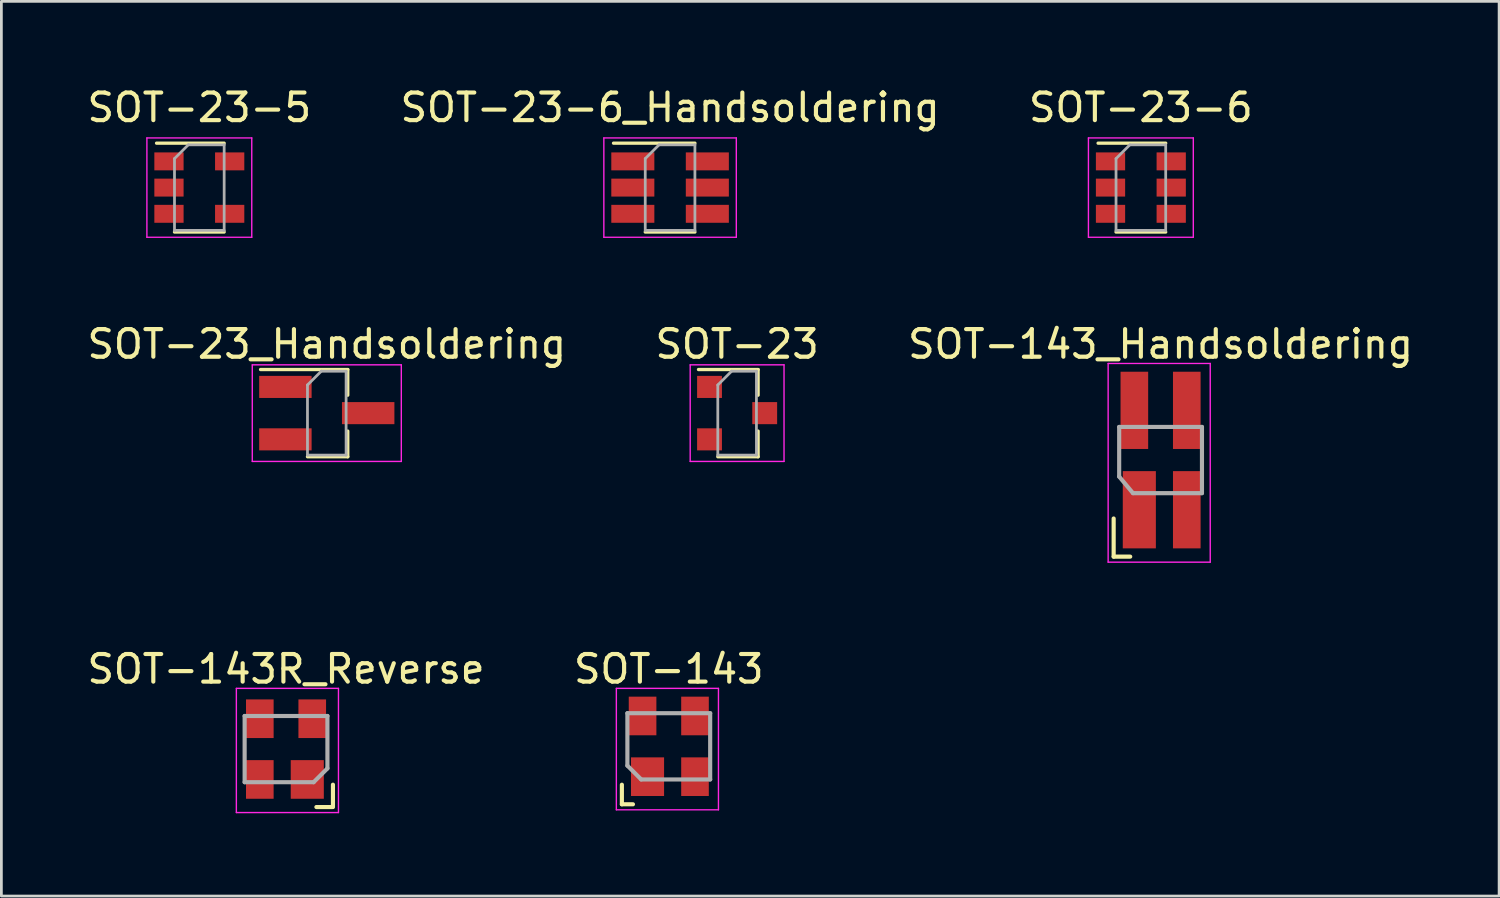
<source format=kicad_pcb>
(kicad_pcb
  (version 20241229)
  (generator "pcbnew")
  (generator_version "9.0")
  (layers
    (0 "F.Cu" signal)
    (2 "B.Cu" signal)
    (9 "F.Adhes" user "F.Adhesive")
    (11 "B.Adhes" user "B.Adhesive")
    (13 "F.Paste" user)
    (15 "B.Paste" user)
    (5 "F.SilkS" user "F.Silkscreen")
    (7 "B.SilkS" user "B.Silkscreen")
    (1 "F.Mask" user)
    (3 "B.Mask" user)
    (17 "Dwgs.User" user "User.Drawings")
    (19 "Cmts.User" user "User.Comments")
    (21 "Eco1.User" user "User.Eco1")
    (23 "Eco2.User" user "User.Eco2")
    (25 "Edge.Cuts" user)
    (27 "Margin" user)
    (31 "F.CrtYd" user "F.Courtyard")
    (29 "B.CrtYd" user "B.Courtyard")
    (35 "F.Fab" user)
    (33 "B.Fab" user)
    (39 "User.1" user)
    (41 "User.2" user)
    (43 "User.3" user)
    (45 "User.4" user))
  (footprint "SOT-143"
    (layer "F.Cu")
    (at 21.185 23.995)
    (property "Reference" "SOT-143" (at 0 -2.8 0) (layer "F.SilkS") (effects (font (size 1 1) (thickness 0.15))))
    (attr smd)
    (fp_line (start -1.7 1.391) (end -1.7 2.1) (stroke (width 0.15) (type solid)) (layer "F.SilkS"))
    (fp_line (start -1.7 2.1) (end -1.299 2.1) (stroke (width 0.15) (type solid)) (layer "F.SilkS"))
    (fp_line (start -1.9 -2.1) (end -1.9 2.3) (stroke (width 0.05) (type solid)) (layer "F.CrtYd"))
    (fp_line (start -1.9 2.3) (end 1.8 2.3) (stroke (width 0.05) (type solid)) (layer "F.CrtYd"))
    (fp_line (start 1.8 -2.1) (end -1.9 -2.1) (stroke (width 0.05) (type solid)) (layer "F.CrtYd"))
    (fp_line (start 1.8 2.3) (end 1.8 -2.1) (stroke (width 0.05) (type solid)) (layer "F.CrtYd"))
    (fp_line (start -1.5 -1.2) (end 1.5 -1.2) (stroke (width 0.15) (type solid)) (layer "F.Fab"))
    (fp_line (start -1.5 0.7) (end -1.5 -1.2) (stroke (width 0.15) (type solid)) (layer "F.Fab"))
    (fp_line (start -1 1.2) (end -1.5 0.7) (stroke (width 0.15) (type solid)) (layer "F.Fab"))
    (fp_line (start 1.5 -1.2) (end 1.5 1.2) (stroke (width 0.15) (type solid)) (layer "F.Fab"))
    (fp_line (start 1.5 1.2) (end -1 1.2) (stroke (width 0.15) (type solid)) (layer "F.Fab"))
    (pad "1" smd rect (at -0.77 1.1) (size 1.199 1.4) (layers "F.Cu" "F.Mask" "F.Paste"))
    (pad "2" smd rect (at 0.95 1.1) (size 1.001 1.4) (layers "F.Cu" "F.Mask" "F.Paste"))
    (pad "3" smd rect (at 0.95 -1.1) (size 1.001 1.4) (layers "F.Cu" "F.Mask" "F.Paste"))
    (pad "4" smd rect (at -0.95 -1.1) (size 1.001 1.4) (layers "F.Cu" "F.Mask" "F.Paste")))
  (footprint "SOT-143R_Reverse"
    (layer "F.Cu")
    (at 7.315 24.095)
    (property "Reference" "SOT-143R_Reverse" (at 0 -2.9 0) (layer "F.SilkS") (effects (font (size 1 1) (thickness 0.15))))
    (attr smd)
    (fp_line (start 1.679 2.1) (end 1.1 2.1) (stroke (width 0.15) (type solid)) (layer "F.SilkS"))
    (fp_line (start 1.7 1.29) (end 1.7 2.1) (stroke (width 0.15) (type solid)) (layer "F.SilkS"))
    (fp_line (start -1.8 -2.2) (end 1.9 -2.2) (stroke (width 0.05) (type solid)) (layer "F.CrtYd"))
    (fp_line (start -1.8 2.3) (end -1.8 -2.2) (stroke (width 0.05) (type solid)) (layer "F.CrtYd"))
    (fp_line (start 1.9 -2.2) (end 1.9 2.3) (stroke (width 0.05) (type solid)) (layer "F.CrtYd"))
    (fp_line (start 1.9 2.3) (end -1.8 2.3) (stroke (width 0.05) (type solid)) (layer "F.CrtYd"))
    (fp_line (start -1.5 -1.2) (end 1.5 -1.2) (stroke (width 0.15) (type solid)) (layer "F.Fab"))
    (fp_line (start -1.5 1.2) (end -1.5 -1.2) (stroke (width 0.15) (type solid)) (layer "F.Fab"))
    (fp_line (start 1 1.2) (end -1.5 1.2) (stroke (width 0.15) (type solid)) (layer "F.Fab"))
    (fp_line (start 1.5 -1.2) (end 1.5 0.7) (stroke (width 0.15) (type solid)) (layer "F.Fab"))
    (fp_line (start 1.5 0.7) (end 1 1.2) (stroke (width 0.15) (type solid)) (layer "F.Fab"))
    (pad "1" smd rect (at 0.77 1.1) (size 1.199 1.4) (layers "F.Cu" "F.Mask" "F.Paste"))
    (pad "2" smd rect (at -0.95 1.1) (size 1.001 1.4) (layers "F.Cu" "F.Mask" "F.Paste"))
    (pad "3" smd rect (at -0.95 -1.1) (size 1.001 1.4) (layers "F.Cu" "F.Mask" "F.Paste"))
    (pad "4" smd rect (at 0.95 -1.1) (size 1.001 1.4) (layers "F.Cu" "F.Mask" "F.Paste")))
  (footprint "SOT-23-5"
    (layer "F.Cu")
    (at 4.173 3.748)
    (property "Reference" "SOT-23-5" (at 0 -2.9 0) (layer "F.SilkS") (effects (font (size 1 1) (thickness 0.15))))
    (attr smd)
    (fp_line (start -0.9 1.61) (end 0.9 1.61) (stroke (width 0.12) (type solid)) (layer "F.SilkS"))
    (fp_line (start 0.9 -1.61) (end -1.55 -1.61) (stroke (width 0.12) (type solid)) (layer "F.SilkS"))
    (fp_line (start -1.9 -1.8) (end 1.9 -1.8) (stroke (width 0.05) (type solid)) (layer "F.CrtYd"))
    (fp_line (start -1.9 1.8) (end -1.9 -1.8) (stroke (width 0.05) (type solid)) (layer "F.CrtYd"))
    (fp_line (start 1.9 -1.8) (end 1.9 1.8) (stroke (width 0.05) (type solid)) (layer "F.CrtYd"))
    (fp_line (start 1.9 1.8) (end -1.9 1.8) (stroke (width 0.05) (type solid)) (layer "F.CrtYd"))
    (fp_line (start -0.9 -1.05) (end -0.9 1.55) (stroke (width 0.1) (type solid)) (layer "F.Fab"))
    (fp_line (start -0.4 -1.55) (end -0.9 -1.05) (stroke (width 0.1) (type solid)) (layer "F.Fab"))
    (fp_line (start 0.9 -1.55) (end -0.4 -1.55) (stroke (width 0.1) (type solid)) (layer "F.Fab"))
    (fp_line (start 0.9 -1.55) (end 0.9 1.55) (stroke (width 0.1) (type solid)) (layer "F.Fab"))
    (fp_line (start 0.9 1.55) (end -0.9 1.55) (stroke (width 0.1) (type solid)) (layer "F.Fab"))
    (pad "1" smd rect (at -1.1 -0.95) (size 1.06 0.65) (layers "F.Cu" "F.Mask" "F.Paste"))
    (pad "2" smd rect (at -1.1 0) (size 1.06 0.65) (layers "F.Cu" "F.Mask" "F.Paste"))
    (pad "3" smd rect (at -1.1 0.95) (size 1.06 0.65) (layers "F.Cu" "F.Mask" "F.Paste"))
    (pad "4" smd rect (at 1.1 0.95) (size 1.06 0.65) (layers "F.Cu" "F.Mask" "F.Paste"))
    (pad "5" smd rect (at 1.1 -0.95) (size 1.06 0.65) (layers "F.Cu" "F.Mask" "F.Paste")))
  (footprint "SOT-143_Handsoldering"
    (layer "F.Cu")
    (at 39.006 13.621)
    (property "Reference" "SOT-143_Handsoldering" (at 0 -4.2 0) (layer "F.SilkS") (effects (font (size 1 1) (thickness 0.15))))
    (attr smd)
    (fp_line (start -1.7 2.118) (end -1.7 3.5) (stroke (width 0.15) (type solid)) (layer "F.SilkS"))
    (fp_line (start -1.7 3.5) (end -1.1 3.5) (stroke (width 0.15) (type solid)) (layer "F.SilkS"))
    (fp_line (start -1.9 -3.5) (end -1.9 3.7) (stroke (width 0.05) (type solid)) (layer "F.CrtYd"))
    (fp_line (start -1.9 3.7) (end 1.8 3.7) (stroke (width 0.05) (type solid)) (layer "F.CrtYd"))
    (fp_line (start 1.8 -3.5) (end -1.9 -3.5) (stroke (width 0.05) (type solid)) (layer "F.CrtYd"))
    (fp_line (start 1.8 3.7) (end 1.8 -3.5) (stroke (width 0.05) (type solid)) (layer "F.CrtYd"))
    (fp_line (start -1.5 -1.2) (end 1.5 -1.2) (stroke (width 0.15) (type solid)) (layer "F.Fab"))
    (fp_line (start -1.5 0.6) (end -1.5 -1.2) (stroke (width 0.15) (type solid)) (layer "F.Fab"))
    (fp_line (start -1.5 0.6) (end -1 1.2) (stroke (width 0.15) (type solid)) (layer "F.Fab"))
    (fp_line (start 1.5 -1.2) (end 1.5 1.2) (stroke (width 0.15) (type solid)) (layer "F.Fab"))
    (fp_line (start 1.5 1.2) (end -1 1.2) (stroke (width 0.15) (type solid)) (layer "F.Fab"))
    (pad "1" smd rect (at -0.77 1.801) (size 1.199 2.799) (layers "F.Cu" "F.Mask" "F.Paste"))
    (pad "2" smd rect (at 0.95 1.801) (size 1.001 2.799) (layers "F.Cu" "F.Mask" "F.Paste"))
    (pad "3" smd rect (at 0.95 -1.801) (size 1.001 2.799) (layers "F.Cu" "F.Mask" "F.Paste"))
    (pad "4" smd trapezoid (at -0.95 -1.801) (size 1.001 2.799) (layers "F.Cu" "F.Mask" "F.Paste")))
  (footprint "SOT-23"
    (layer "F.Cu")
    (at 23.661 11.921)
    (property "Reference" "SOT-23" (at 0 -2.5 0) (layer "F.SilkS") (effects (font (size 1 1) (thickness 0.15))))
    (attr smd)
    (fp_line (start 0.76 -1.58) (end -1.4 -1.58) (stroke (width 0.12) (type solid)) (layer "F.SilkS"))
    (fp_line (start 0.76 -1.58) (end 0.76 -0.65) (stroke (width 0.12) (type solid)) (layer "F.SilkS"))
    (fp_line (start 0.76 1.58) (end -0.7 1.58) (stroke (width 0.12) (type solid)) (layer "F.SilkS"))
    (fp_line (start 0.76 1.58) (end 0.76 0.65) (stroke (width 0.12) (type solid)) (layer "F.SilkS"))
    (fp_line (start -1.7 -1.75) (end 1.7 -1.75) (stroke (width 0.05) (type solid)) (layer "F.CrtYd"))
    (fp_line (start -1.7 1.75) (end -1.7 -1.75) (stroke (width 0.05) (type solid)) (layer "F.CrtYd"))
    (fp_line (start 1.7 -1.75) (end 1.7 1.75) (stroke (width 0.05) (type solid)) (layer "F.CrtYd"))
    (fp_line (start 1.7 1.75) (end -1.7 1.75) (stroke (width 0.05) (type solid)) (layer "F.CrtYd"))
    (fp_line (start -0.7 -1.02) (end -0.7 1.52) (stroke (width 0.1) (type solid)) (layer "F.Fab"))
    (fp_line (start -0.7 1.52) (end 0.7 1.52) (stroke (width 0.1) (type solid)) (layer "F.Fab"))
    (fp_line (start -0.2 -1.52) (end -0.7 -1.02) (stroke (width 0.1) (type solid)) (layer "F.Fab"))
    (fp_line (start -0.2 -1.52) (end 0.7 -1.52) (stroke (width 0.1) (type solid)) (layer "F.Fab"))
    (fp_line (start 0.7 -1.52) (end 0.7 1.52) (stroke (width 0.1) (type solid)) (layer "F.Fab"))
    (pad "1" smd rect (at -1 -0.95) (size 0.9 0.8) (layers "F.Cu" "F.Mask" "F.Paste"))
    (pad "2" smd rect (at -1 0.95) (size 0.9 0.8) (layers "F.Cu" "F.Mask" "F.Paste"))
    (pad "3" smd rect (at 1 0) (size 0.9 0.8) (layers "F.Cu" "F.Mask" "F.Paste")))
  (footprint "SOT-23-6_Handsoldering"
    (layer "F.Cu")
    (at 21.232 3.748)
    (property "Reference" "SOT-23-6_Handsoldering" (at 0 -2.9 0) (layer "F.SilkS") (effects (font (size 1 1) (thickness 0.15))))
    (attr smd)
    (fp_line (start -0.9 1.61) (end 0.9 1.61) (stroke (width 0.12) (type solid)) (layer "F.SilkS"))
    (fp_line (start 0.9 -1.61) (end -2.05 -1.61) (stroke (width 0.12) (type solid)) (layer "F.SilkS"))
    (fp_line (start -2.4 -1.8) (end 2.4 -1.8) (stroke (width 0.05) (type solid)) (layer "F.CrtYd"))
    (fp_line (start -2.4 1.8) (end -2.4 -1.8) (stroke (width 0.05) (type solid)) (layer "F.CrtYd"))
    (fp_line (start 2.4 -1.8) (end 2.4 1.8) (stroke (width 0.05) (type solid)) (layer "F.CrtYd"))
    (fp_line (start 2.4 1.8) (end -2.4 1.8) (stroke (width 0.05) (type solid)) (layer "F.CrtYd"))
    (fp_line (start -0.9 -1.05) (end -0.9 1.55) (stroke (width 0.1) (type solid)) (layer "F.Fab"))
    (fp_line (start -0.4 -1.55) (end -0.9 -1.05) (stroke (width 0.1) (type solid)) (layer "F.Fab"))
    (fp_line (start 0.9 -1.55) (end -0.4 -1.55) (stroke (width 0.1) (type solid)) (layer "F.Fab"))
    (fp_line (start 0.9 -1.55) (end 0.9 1.55) (stroke (width 0.1) (type solid)) (layer "F.Fab"))
    (fp_line (start 0.9 1.55) (end -0.9 1.55) (stroke (width 0.1) (type solid)) (layer "F.Fab"))
    (pad "1" smd rect (at -1.35 -0.95) (size 1.56 0.65) (layers "F.Cu" "F.Mask" "F.Paste"))
    (pad "2" smd rect (at -1.35 0) (size 1.56 0.65) (layers "F.Cu" "F.Mask" "F.Paste"))
    (pad "3" smd rect (at -1.35 0.95) (size 1.56 0.65) (layers "F.Cu" "F.Mask" "F.Paste"))
    (pad "4" smd rect (at 1.35 0.95) (size 1.56 0.65) (layers "F.Cu" "F.Mask" "F.Paste"))
    (pad "5" smd rect (at 1.35 0) (size 1.56 0.65) (layers "F.Cu" "F.Mask" "F.Paste"))
    (pad "6" smd rect (at 1.35 -0.95) (size 1.56 0.65) (layers "F.Cu" "F.Mask" "F.Paste")))
  (footprint "SOT-23-6"
    (layer "F.Cu")
    (at 38.292 3.748)
    (property "Reference" "SOT-23-6" (at 0 -2.9 0) (layer "F.SilkS") (effects (font (size 1 1) (thickness 0.15))))
    (attr smd)
    (fp_line (start -0.9 1.61) (end 0.9 1.61) (stroke (width 0.12) (type solid)) (layer "F.SilkS"))
    (fp_line (start 0.9 -1.61) (end -1.55 -1.61) (stroke (width 0.12) (type solid)) (layer "F.SilkS"))
    (fp_line (start -1.9 -1.8) (end -1.9 1.8) (stroke (width 0.05) (type solid)) (layer "F.CrtYd"))
    (fp_line (start -1.9 1.8) (end 1.9 1.8) (stroke (width 0.05) (type solid)) (layer "F.CrtYd"))
    (fp_line (start 1.9 -1.8) (end -1.9 -1.8) (stroke (width 0.05) (type solid)) (layer "F.CrtYd"))
    (fp_line (start 1.9 1.8) (end 1.9 -1.8) (stroke (width 0.05) (type solid)) (layer "F.CrtYd"))
    (fp_line (start -0.9 -1.05) (end -0.9 1.55) (stroke (width 0.1) (type solid)) (layer "F.Fab"))
    (fp_line (start -0.4 -1.55) (end -0.9 -1.05) (stroke (width 0.1) (type solid)) (layer "F.Fab"))
    (fp_line (start 0.9 -1.55) (end -0.4 -1.55) (stroke (width 0.1) (type solid)) (layer "F.Fab"))
    (fp_line (start 0.9 -1.55) (end 0.9 1.55) (stroke (width 0.1) (type solid)) (layer "F.Fab"))
    (fp_line (start 0.9 1.55) (end -0.9 1.55) (stroke (width 0.1) (type solid)) (layer "F.Fab"))
    (pad "1" smd rect (at -1.1 -0.95) (size 1.06 0.65) (layers "F.Cu" "F.Mask" "F.Paste"))
    (pad "2" smd rect (at -1.1 0) (size 1.06 0.65) (layers "F.Cu" "F.Mask" "F.Paste"))
    (pad "3" smd rect (at -1.1 0.95) (size 1.06 0.65) (layers "F.Cu" "F.Mask" "F.Paste"))
    (pad "4" smd rect (at 1.1 0.95) (size 1.06 0.65) (layers "F.Cu" "F.Mask" "F.Paste"))
    (pad "5" smd rect (at 1.1 0) (size 1.06 0.65) (layers "F.Cu" "F.Mask" "F.Paste"))
    (pad "6" smd rect (at 1.1 -0.95) (size 1.06 0.65) (layers "F.Cu" "F.Mask" "F.Paste")))
  (footprint "SOT-23_Handsoldering"
    (layer "F.Cu")
    (at 8.792 11.921)
    (property "Reference" "SOT-23_Handsoldering" (at 0 -2.5 0) (layer "F.SilkS") (effects (font (size 1 1) (thickness 0.15))))
    (attr smd)
    (fp_line (start 0.76 -1.58) (end -2.4 -1.58) (stroke (width 0.12) (type solid)) (layer "F.SilkS"))
    (fp_line (start 0.76 -1.58) (end 0.76 -0.65) (stroke (width 0.12) (type solid)) (layer "F.SilkS"))
    (fp_line (start 0.76 1.58) (end -0.7 1.58) (stroke (width 0.12) (type solid)) (layer "F.SilkS"))
    (fp_line (start 0.76 1.58) (end 0.76 0.65) (stroke (width 0.12) (type solid)) (layer "F.SilkS"))
    (fp_line (start -2.7 -1.75) (end 2.7 -1.75) (stroke (width 0.05) (type solid)) (layer "F.CrtYd"))
    (fp_line (start -2.7 1.75) (end -2.7 -1.75) (stroke (width 0.05) (type solid)) (layer "F.CrtYd"))
    (fp_line (start 2.7 -1.75) (end 2.7 1.75) (stroke (width 0.05) (type solid)) (layer "F.CrtYd"))
    (fp_line (start 2.7 1.75) (end -2.7 1.75) (stroke (width 0.05) (type solid)) (layer "F.CrtYd"))
    (fp_line (start -0.7 -1.02) (end -0.7 1.52) (stroke (width 0.1) (type solid)) (layer "F.Fab"))
    (fp_line (start -0.7 1.52) (end 0.7 1.52) (stroke (width 0.1) (type solid)) (layer "F.Fab"))
    (fp_line (start -0.2 -1.52) (end -0.7 -1.02) (stroke (width 0.1) (type solid)) (layer "F.Fab"))
    (fp_line (start -0.2 -1.52) (end 0.7 -1.52) (stroke (width 0.1) (type solid)) (layer "F.Fab"))
    (fp_line (start 0.7 -1.52) (end 0.7 1.52) (stroke (width 0.1) (type solid)) (layer "F.Fab"))
    (pad "1" smd rect (at -1.5 -0.95) (size 1.9 0.8) (layers "F.Cu" "F.Mask" "F.Paste"))
    (pad "2" smd rect (at -1.5 0.95) (size 1.9 0.8) (layers "F.Cu" "F.Mask" "F.Paste"))
    (pad "3" smd rect (at 1.5 0) (size 1.9 0.8) (layers "F.Cu" "F.Mask" "F.Paste")))
  (gr_rect
    (start -3 -3)
    (end 51.274 29.42)
    (stroke (width 0.1) (type default))
    (fill no)
    (layer "Edge.Cuts")))
</source>
